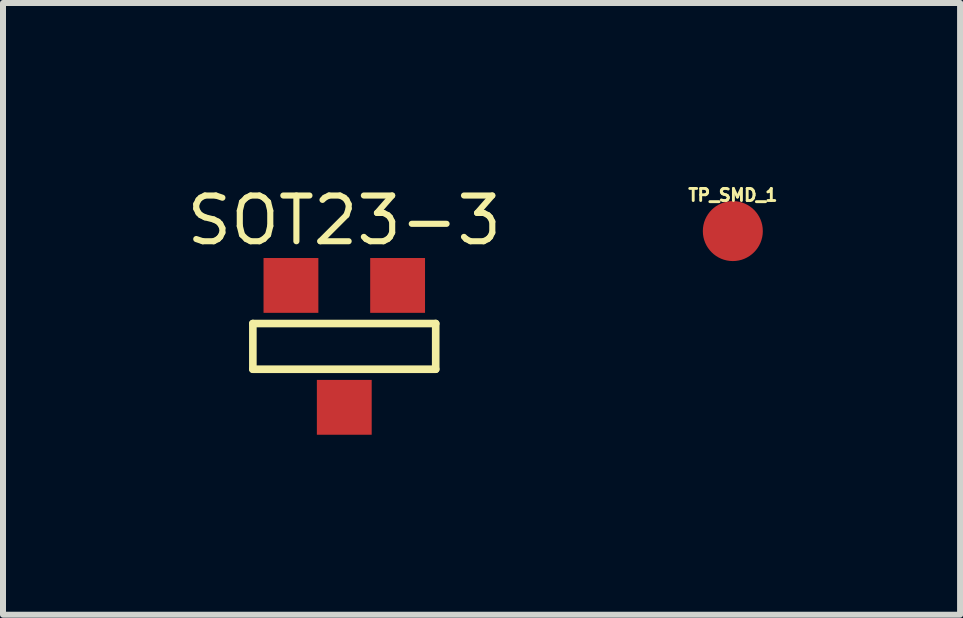
<source format=kicad_pcb>
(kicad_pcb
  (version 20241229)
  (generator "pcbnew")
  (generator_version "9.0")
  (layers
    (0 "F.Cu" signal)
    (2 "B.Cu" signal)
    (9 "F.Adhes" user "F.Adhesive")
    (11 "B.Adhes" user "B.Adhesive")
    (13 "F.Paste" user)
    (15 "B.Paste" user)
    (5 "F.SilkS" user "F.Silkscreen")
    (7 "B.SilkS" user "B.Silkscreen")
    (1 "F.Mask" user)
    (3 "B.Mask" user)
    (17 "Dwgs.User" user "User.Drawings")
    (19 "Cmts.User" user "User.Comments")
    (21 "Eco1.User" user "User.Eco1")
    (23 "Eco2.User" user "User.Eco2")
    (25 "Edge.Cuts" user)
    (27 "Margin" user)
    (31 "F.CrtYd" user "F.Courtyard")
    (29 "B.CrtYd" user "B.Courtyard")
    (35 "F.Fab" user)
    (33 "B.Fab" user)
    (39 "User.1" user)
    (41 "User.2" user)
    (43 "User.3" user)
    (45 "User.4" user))
  (footprint "SOT23-3"
    (layer "F.Cu")
    (at 2.689 2.724)
    (property "Reference" "SOT23-3" (at 0 -2.1 0) (layer "F.SilkS") (effects (font (size 0.762 0.762) (thickness 0.102))))
    (attr smd)
    (fp_line (start -1.524 -0.381) (end 1.524 -0.381) (stroke (width 0.127) (type solid)) (layer "F.SilkS"))
    (fp_line (start -1.524 0.381) (end -1.524 -0.381) (stroke (width 0.127) (type solid)) (layer "F.SilkS"))
    (fp_line (start 1.524 -0.381) (end 1.524 0.381) (stroke (width 0.127) (type solid)) (layer "F.SilkS"))
    (fp_line (start 1.524 0.381) (end -1.524 0.381) (stroke (width 0.127) (type solid)) (layer "F.SilkS"))
    (pad "1" smd rect (at 0.889 -1.016) (size 0.914 0.914) (layers "F.Cu" "F.Mask" "F.Paste"))
    (pad "2" smd rect (at -0.889 -1.016) (size 0.914 0.914) (layers "F.Cu" "F.Mask" "F.Paste"))
    (pad "3" smd rect (at 0 1.016) (size 0.914 0.914) (layers "F.Cu" "F.Mask" "F.Paste")))
  (footprint "TP_SMD_1"
    (layer "F.Cu")
    (at 9.166 0.802)
    (property "Reference" "TP_SMD_1" (at 0 -0.6 0) (layer "F.SilkS") (effects (font (size 0.201 0.201) (thickness 0.048))))
    (attr through_hole)
    (pad "1" smd circle (at 0 0) (size 1 1) (layers "F.Cu" "F.Mask" "F.Paste")))
  (gr_rect
    (start -3 -3)
    (end 12.954 7.197)
    (stroke (width 0.1) (type default))
    (fill no)
    (layer "Edge.Cuts")))
</source>
